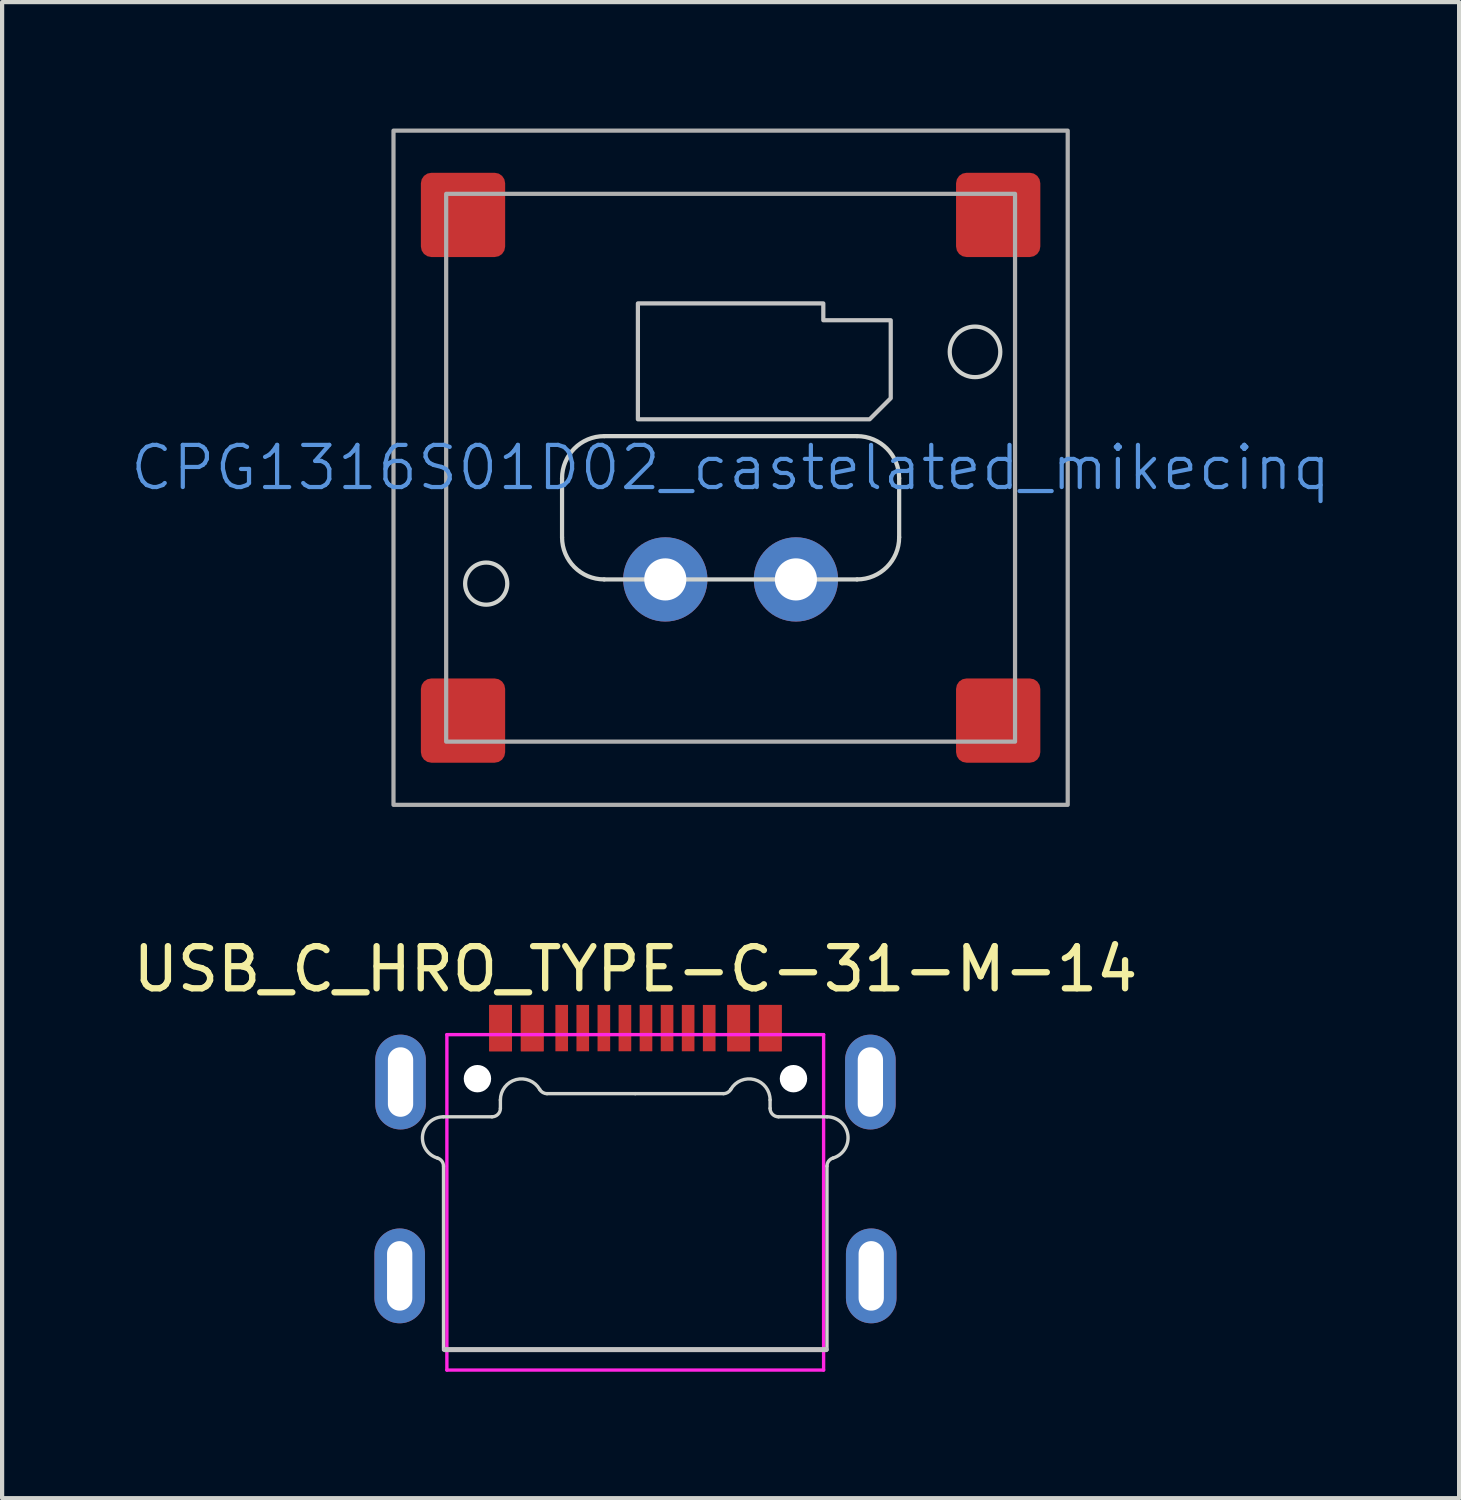
<source format=kicad_pcb>
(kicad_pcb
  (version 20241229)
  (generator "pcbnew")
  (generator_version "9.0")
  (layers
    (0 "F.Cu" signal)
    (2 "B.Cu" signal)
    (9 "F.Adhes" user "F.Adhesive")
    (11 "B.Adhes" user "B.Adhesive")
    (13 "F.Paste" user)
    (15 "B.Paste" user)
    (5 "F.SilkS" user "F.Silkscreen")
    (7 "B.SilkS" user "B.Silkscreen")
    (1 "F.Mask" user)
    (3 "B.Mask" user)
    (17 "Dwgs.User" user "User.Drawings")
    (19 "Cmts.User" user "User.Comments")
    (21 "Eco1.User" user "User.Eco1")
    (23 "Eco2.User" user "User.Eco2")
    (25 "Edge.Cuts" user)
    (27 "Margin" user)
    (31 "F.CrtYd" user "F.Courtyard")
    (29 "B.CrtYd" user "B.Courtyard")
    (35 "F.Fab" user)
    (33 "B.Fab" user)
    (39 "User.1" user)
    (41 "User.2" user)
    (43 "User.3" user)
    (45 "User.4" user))
  (footprint "CPG1316S01D02_castelated_mikecinq"
    (layer "F.Cu")
    (at 14.288 8.05)
    (property "Reference" "CPG1316S01D02_castelated_mikecinq" (at 0 0 0) (unlocked yes) (layer "Cmts.User") (effects (font (size 1 1) (thickness 0.1))))
    (attr smd)
    (fp_poly (pts (xy 3.8 -3.5) (xy 3.8 -1.65) (xy 3.3 -1.15) (xy -2.2 -1.15) (xy -2.2 -3.9) (xy 2.2 -3.9) (xy 2.2 -3.5)) (stroke (width 0.1) (type solid)) (fill no) (layer "Dwgs.User"))
    (fp_line (start -4 1.65) (end -4 0.25) (stroke (width 0.1) (type default)) (layer "Edge.Cuts"))
    (fp_line (start -3 -0.75) (end 3 -0.75) (stroke (width 0.1) (type default)) (layer "Edge.Cuts"))
    (fp_line (start 3 2.65) (end -3 2.65) (stroke (width 0.1) (type default)) (layer "Edge.Cuts"))
    (fp_line (start 4 0.25) (end 4 1.65) (stroke (width 0.1) (type default)) (layer "Edge.Cuts"))
    (fp_arc (start -4 0.25) (mid -3.707107 -0.457107) (end -3 -0.75) (stroke (width 0.1) (type default)) (layer "Edge.Cuts"))
    (fp_arc (start -3 2.65) (mid -3.707107 2.357107) (end -4 1.65) (stroke (width 0.1) (type default)) (layer "Edge.Cuts"))
    (fp_arc (start 3 -0.75) (mid 3.707107 -0.457107) (end 4 0.25) (stroke (width 0.1) (type default)) (layer "Edge.Cuts"))
    (fp_arc (start 4 1.65) (mid 3.707107 2.357107) (end 3 2.65) (stroke (width 0.1) (type default)) (layer "Edge.Cuts"))
    (fp_circle (center -5.8 2.75) (end -5.3 2.75) (stroke (width 0.1) (type default)) (fill no) (layer "Edge.Cuts"))
    (fp_circle (center 5.8 -2.75) (end 6.4 -2.75) (stroke (width 0.1) (type default)) (fill no) (layer "Edge.Cuts"))
    (fp_rect (start -8 8) (end 8 -8) (stroke (width 0.1) (type default)) (fill no) (layer "F.Fab"))
    (fp_rect (start -6.75 -6.5) (end 6.75 6.5) (stroke (width 0.1) (type default)) (fill no) (layer "F.Fab"))
    (pad "1" thru_hole circle (at -1.55 2.65) (size 2 2) (drill 1) (property pad_prop_castellated) (layers "*.Cu" "*.Paste" "*.Mask"))
    (pad "2" thru_hole circle (at 1.55 2.65) (size 2 2) (drill 1) (property pad_prop_castellated) (layers "*.Cu" "*.Paste" "*.Mask"))
    (pad "3" smd roundrect (at -6.35 -6) (size 2 2) (layers "F.Cu" "F.Mask" "F.Paste") (roundrect_rratio 0.125))
    (pad "3" smd roundrect (at -6.35 6) (size 2 2) (layers "F.Cu" "F.Mask" "F.Paste") (roundrect_rratio 0.125))
    (pad "3" smd roundrect (at 6.35 -6) (size 2 2) (layers "F.Cu" "F.Mask" "F.Paste") (roundrect_rratio 0.125))
    (pad "3" smd roundrect (at 6.35 6) (size 2 2) (layers "F.Cu" "F.Mask" "F.Paste") (roundrect_rratio 0.125)))
  (footprint "USB_C_HRO_TYPE-C-31-M-14"
    (layer "F.Cu")
    (at 12.03 22.548)
    (property "Reference" "USB_C_HRO_TYPE-C-31-M-14" (at 0 -2.6 180) (layer "F.SilkS") (effects (font (size 1 1) (thickness 0.15))))
    (attr smd)
    (fp_line (start -4.525 6.43) (end 4.525 6.43) (stroke (width 0.12) (type solid)) (layer "Dwgs.User"))
    (fp_line (start -4.555 2.076) (end -4.555 6.435) (stroke (width 0.08) (type solid)) (layer "Edge.Cuts"))
    (fp_line (start -3.405 0.905) (end -4.555 0.905) (stroke (width 0.08) (type solid)) (layer "Edge.Cuts"))
    (fp_line (start -3.205 0.505) (end -3.205 0.705) (stroke (width 0.08) (type solid)) (layer "Edge.Cuts"))
    (fp_line (start -0.005 0.355) (end -2.099 0.355) (stroke (width 0.08) (type solid)) (layer "Edge.Cuts"))
    (fp_line (start -0.005 0.355) (end 2.089 0.355) (stroke (width 0.08) (type solid)) (layer "Edge.Cuts"))
    (fp_line (start 3.195 0.505) (end 3.195 0.705) (stroke (width 0.08) (type solid)) (layer "Edge.Cuts"))
    (fp_line (start 3.395 0.905) (end 4.545 0.905) (stroke (width 0.08) (type solid)) (layer "Edge.Cuts"))
    (fp_line (start 4.545 2.076) (end 4.545 6.435) (stroke (width 0.08) (type solid)) (layer "Edge.Cuts"))
    (fp_arc (start -4.697856 1.884157) (mid -5.04976 1.332815) (end -4.554999 0.905) (stroke (width 0.08) (type solid)) (layer "Edge.Cuts"))
    (fp_arc (start -4.697856 1.884158) (mid -4.594642 1.956298) (end -4.554999 2.075821) (stroke (width 0.08) (type solid)) (layer "Edge.Cuts"))
    (fp_arc (start -3.204999 0.504999) (mid -2.834409 0.022037) (end -2.271986 0.255) (stroke (width 0.08) (type solid)) (layer "Edge.Cuts"))
    (fp_arc (start -3.204998 0.705) (mid -3.263576 0.846421) (end -3.404998 0.905) (stroke (width 0.08) (type solid)) (layer "Edge.Cuts"))
    (fp_arc (start -2.098781 0.355) (mid -2.198781 0.328205) (end -2.271986 0.255) (stroke (width 0.08) (type solid)) (layer "Edge.Cuts"))
    (fp_arc (start 2.261988 0.255) (mid 2.188783 0.328205) (end 2.088784 0.355) (stroke (width 0.08) (type solid)) (layer "Edge.Cuts"))
    (fp_arc (start 2.261988 0.255) (mid 2.824411 0.022037) (end 3.195001 0.505) (stroke (width 0.08) (type solid)) (layer "Edge.Cuts"))
    (fp_arc (start 3.395 0.904998) (mid 3.253579 0.846421) (end 3.195001 0.705) (stroke (width 0.08) (type solid)) (layer "Edge.Cuts"))
    (fp_arc (start 4.545001 0.904999) (mid 5.039764 1.332815) (end 4.687858 1.884158) (stroke (width 0.08) (type solid)) (layer "Edge.Cuts"))
    (fp_arc (start 4.545001 2.075821) (mid 4.584643 1.956298) (end 4.687858 1.884158) (stroke (width 0.08) (type solid)) (layer "Edge.Cuts"))
    (fp_line (start -4.475 -1.045) (end 4.465 -1.045) (stroke (width 0.08) (type solid)) (layer "F.CrtYd"))
    (fp_line (start -4.475 6.915) (end -4.475 -1.045) (stroke (width 0.08) (type solid)) (layer "F.CrtYd"))
    (fp_line (start 4.465 -1.045) (end 4.465 6.915) (stroke (width 0.08) (type solid)) (layer "F.CrtYd"))
    (fp_line (start 4.465 6.915) (end -4.475 6.915) (stroke (width 0.08) (type solid)) (layer "F.CrtYd"))
    (pad "" np_thru_hole circle (at -3.75 0) (size 0.65 0.65) (drill 0.65) (layers "*.Cu" "*.Mask"))
    (pad "" np_thru_hole circle (at 3.75 0) (size 0.65 0.65) (drill 0.65) (layers "*.Cu" "*.Mask"))
    (pad "A1" smd rect (at -3.2 -1.2 180) (size 0.54 1.1) (layers "F.Cu" "F.Mask" "F.Paste"))
    (pad "A4" smd rect (at -2.45 -1.2 180) (size 0.54 1.1) (layers "F.Cu" "F.Mask" "F.Paste"))
    (pad "A5" smd rect (at -1.25 -1.2 180) (size 0.3 1.1) (layers "F.Cu" "F.Mask" "F.Paste"))
    (pad "A6" smd rect (at -0.25 -1.2 180) (size 0.3 1.1) (layers "F.Cu" "F.Mask" "F.Paste"))
    (pad "A7" smd rect (at 0.25 -1.2 180) (size 0.3 1.1) (layers "F.Cu" "F.Mask" "F.Paste"))
    (pad "A8" smd rect (at 1.25 -1.2 180) (size 0.3 1.1) (layers "F.Cu" "F.Mask" "F.Paste"))
    (pad "A9" smd rect (at 2.45 -1.2 180) (size 0.54 1.1) (layers "F.Cu" "F.Mask" "F.Paste"))
    (pad "A12" smd rect (at 3.2 -1.2 180) (size 0.54 1.1) (layers "F.Cu" "F.Mask" "F.Paste"))
    (pad "B1" smd rect (at 3.2 -1.2 180) (size 0.54 1.1) (layers "F.Cu" "F.Mask" "F.Paste"))
    (pad "B4" smd rect (at 2.45 -1.2 180) (size 0.54 1.1) (layers "F.Cu" "F.Mask" "F.Paste"))
    (pad "B5" smd rect (at 1.75 -1.2 180) (size 0.3 1.1) (layers "F.Cu" "F.Mask" "F.Paste"))
    (pad "B6" smd rect (at 0.75 -1.2 180) (size 0.3 1.1) (layers "F.Cu" "F.Mask" "F.Paste"))
    (pad "B7" smd rect (at -0.75 -1.2 180) (size 0.3 1.1) (layers "F.Cu" "F.Mask" "F.Paste"))
    (pad "B8" smd rect (at -1.75 -1.2 180) (size 0.3 1.1) (layers "F.Cu" "F.Mask" "F.Paste"))
    (pad "B9" smd rect (at -2.45 -1.2 180) (size 0.54 1.1) (layers "F.Cu" "F.Mask" "F.Paste"))
    (pad "B12" smd rect (at -3.2 -1.2 180) (size 0.54 1.1) (layers "F.Cu" "F.Mask" "F.Paste"))
    (pad "S1" thru_hole oval (at -5.595 4.68 180) (size 1.2 2.25) (drill oval 0.6 1.65) (layers "*.Cu" "*.Mask"))
    (pad "S1" thru_hole oval (at -5.575 0.08 180) (size 1.2 2.25) (drill oval 0.6 1.65) (layers "*.Cu" "*.Mask"))
    (pad "S1" thru_hole oval (at 5.575 0.08 180) (size 1.2 2.25) (drill oval 0.6 1.65) (layers "*.Cu" "*.Mask"))
    (pad "S1" thru_hole oval (at 5.595 4.68 180) (size 1.2 2.25) (drill oval 0.6 1.65) (layers "*.Cu" "*.Mask")))
  (gr_rect
    (start -3 -3)
    (end 31.576 32.503)
    (stroke (width 0.1) (type default))
    (fill no)
    (layer "Edge.Cuts")))
</source>
